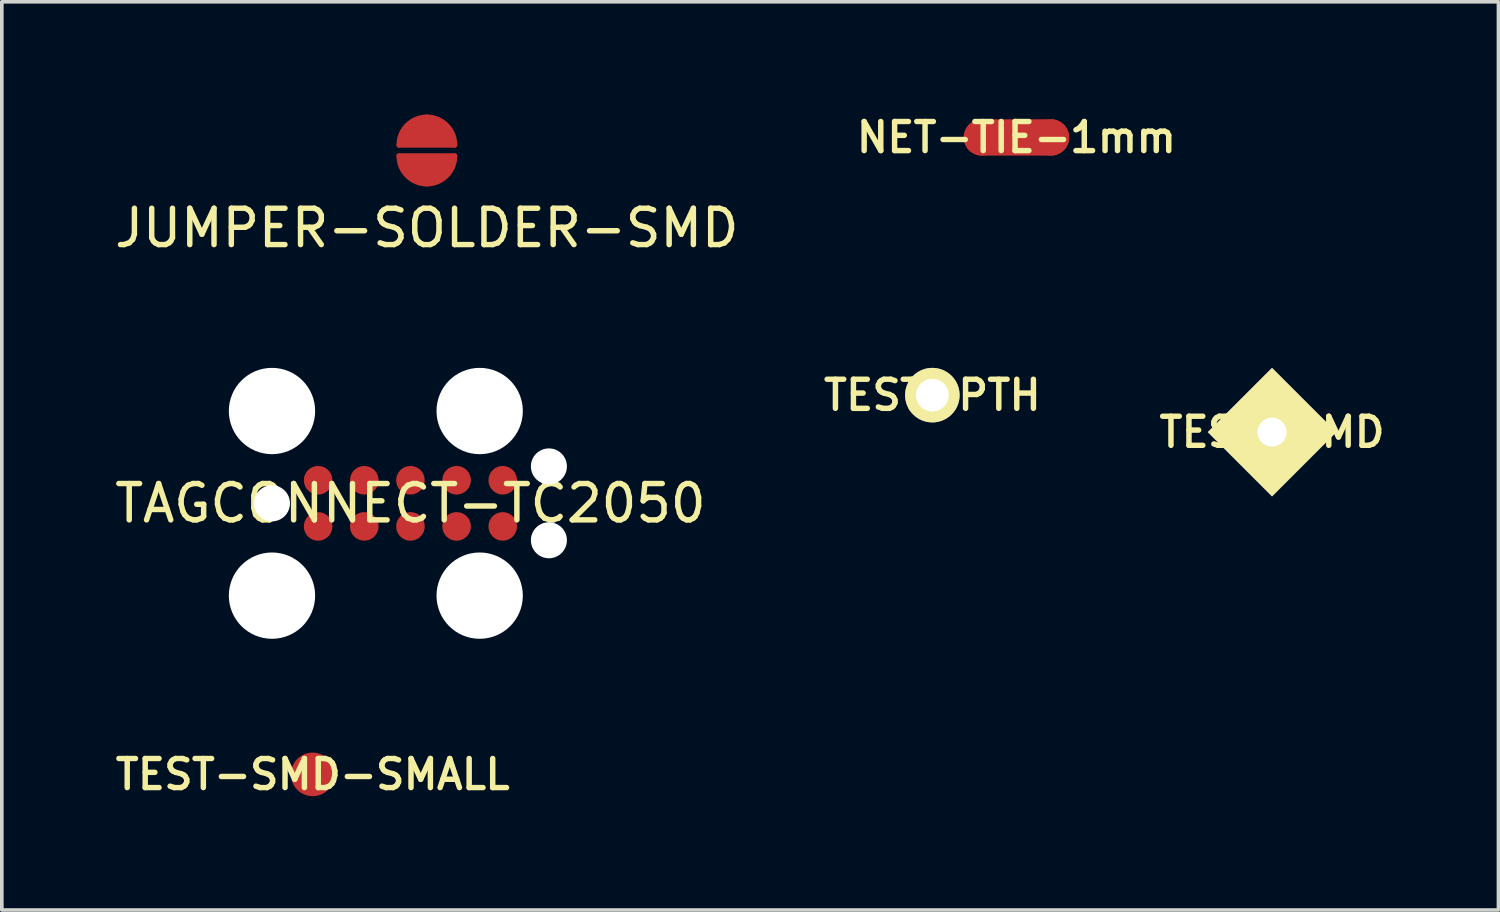
<source format=kicad_pcb>
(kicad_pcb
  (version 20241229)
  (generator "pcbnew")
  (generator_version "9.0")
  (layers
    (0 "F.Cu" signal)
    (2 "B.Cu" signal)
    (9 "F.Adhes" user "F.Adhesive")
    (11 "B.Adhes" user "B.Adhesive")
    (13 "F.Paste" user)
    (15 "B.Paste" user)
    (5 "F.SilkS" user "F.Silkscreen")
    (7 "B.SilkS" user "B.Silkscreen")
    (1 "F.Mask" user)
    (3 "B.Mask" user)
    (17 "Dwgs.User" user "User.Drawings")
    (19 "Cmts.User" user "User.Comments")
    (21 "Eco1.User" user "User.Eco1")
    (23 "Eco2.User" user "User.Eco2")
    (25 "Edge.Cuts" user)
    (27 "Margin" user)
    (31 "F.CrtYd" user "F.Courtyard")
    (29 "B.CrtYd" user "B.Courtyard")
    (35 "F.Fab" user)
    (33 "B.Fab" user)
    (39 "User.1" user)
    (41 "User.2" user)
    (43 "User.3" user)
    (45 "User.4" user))
  (footprint "TEST-SMD-SMALL"
    (layer "F.Cu")
    (at 5.555 18.259)
    (property "Reference" "TEST-SMD-SMALL" (at 0 0 0) (layer "F.SilkS") (effects (font (size 0.8 0.8) (thickness 0.15))))
    (attr through_hole)
    (pad "1" smd circle (at 0 0) (size 1.2 1.2) (layers "F.Cu" "F.Mask")))
  (footprint "JUMPER-SOLDER-SMD"
    (layer "F.Cu")
    (at 8.696 1.091)
    (property "Reference" "JUMPER-SOLDER-SMD" (at 0 2.134 0) (layer "F.SilkS") (effects (font (size 1 1) (thickness 0.15))))
    (attr through_hole)
    (fp_line (start -0.762 -0.152) (end 0.762 -0.152) (stroke (width 0.15) (type solid)) (layer "F.Cu"))
    (fp_line (start -0.762 0.152) (end 0.762 0.152) (stroke (width 0.15) (type solid)) (layer "F.Cu"))
    (fp_line (start -0.711 0.254) (end 0.66 0.254) (stroke (width 0.15) (type solid)) (layer "F.Cu"))
    (fp_line (start -0.66 -0.457) (end 0.61 -0.457) (stroke (width 0.15) (type solid)) (layer "F.Cu"))
    (fp_line (start -0.66 -0.356) (end -0.66 -0.457) (stroke (width 0.15) (type solid)) (layer "F.Cu"))
    (fp_line (start -0.66 -0.254) (end 0.66 -0.254) (stroke (width 0.15) (type solid)) (layer "F.Cu"))
    (fp_line (start -0.66 0.356) (end -0.66 0.457) (stroke (width 0.15) (type solid)) (layer "F.Cu"))
    (fp_line (start -0.66 0.457) (end 0.61 0.457) (stroke (width 0.15) (type solid)) (layer "F.Cu"))
    (fp_line (start -0.559 -0.559) (end -0.508 -0.66) (stroke (width 0.15) (type solid)) (layer "F.Cu"))
    (fp_line (start -0.508 -0.66) (end 0.457 -0.66) (stroke (width 0.15) (type solid)) (layer "F.Cu"))
    (fp_line (start -0.508 0.559) (end -0.508 0.66) (stroke (width 0.15) (type solid)) (layer "F.Cu"))
    (fp_line (start -0.508 0.66) (end 0.457 0.66) (stroke (width 0.15) (type solid)) (layer "F.Cu"))
    (fp_line (start -0.406 0.711) (end -0.406 0.762) (stroke (width 0.15) (type solid)) (layer "F.Cu"))
    (fp_line (start -0.406 0.762) (end 0.305 0.762) (stroke (width 0.15) (type solid)) (layer "F.Cu"))
    (fp_line (start -0.356 -0.762) (end -0.305 -0.813) (stroke (width 0.15) (type solid)) (layer "F.Cu"))
    (fp_line (start -0.305 -0.813) (end 0.254 -0.813) (stroke (width 0.15) (type solid)) (layer "F.Cu"))
    (fp_line (start 0.305 0.762) (end 0.305 0.813) (stroke (width 0.15) (type solid)) (layer "F.Cu"))
    (fp_line (start 0.305 0.813) (end -0.254 0.813) (stroke (width 0.15) (type solid)) (layer "F.Cu"))
    (fp_line (start 0.356 -0.762) (end -0.356 -0.762) (stroke (width 0.15) (type solid)) (layer "F.Cu"))
    (fp_line (start 0.457 -0.66) (end 0.356 -0.762) (stroke (width 0.15) (type solid)) (layer "F.Cu"))
    (fp_line (start 0.457 0.66) (end 0.457 0.711) (stroke (width 0.15) (type solid)) (layer "F.Cu"))
    (fp_line (start 0.457 0.711) (end -0.406 0.711) (stroke (width 0.15) (type solid)) (layer "F.Cu"))
    (fp_line (start 0.61 -0.559) (end -0.559 -0.559) (stroke (width 0.15) (type solid)) (layer "F.Cu"))
    (fp_line (start 0.61 -0.457) (end 0.61 -0.559) (stroke (width 0.15) (type solid)) (layer "F.Cu"))
    (fp_line (start 0.61 0.457) (end 0.61 0.508) (stroke (width 0.15) (type solid)) (layer "F.Cu"))
    (fp_line (start 0.61 0.457) (end 0.61 0.559) (stroke (width 0.15) (type solid)) (layer "F.Cu"))
    (fp_line (start 0.61 0.559) (end -0.508 0.559) (stroke (width 0.15) (type solid)) (layer "F.Cu"))
    (fp_line (start 0.66 -0.356) (end -0.66 -0.356) (stroke (width 0.15) (type solid)) (layer "F.Cu"))
    (fp_line (start 0.66 -0.254) (end 0.66 -0.356) (stroke (width 0.15) (type solid)) (layer "F.Cu"))
    (fp_line (start 0.66 0.254) (end 0.66 0.356) (stroke (width 0.15) (type solid)) (layer "F.Cu"))
    (fp_line (start 0.66 0.356) (end -0.66 0.356) (stroke (width 0.15) (type solid)) (layer "F.Cu"))
    (fp_arc (start -0.762 -0.1524) (mid -0.538815 -0.691215) (end 0 -0.9144) (stroke (width 0.15) (type solid)) (layer "F.Cu"))
    (fp_arc (start 0 -0.9144) (mid 0.538815 -0.691215) (end 0.762 -0.1524) (stroke (width 0.15) (type solid)) (layer "F.Cu"))
    (fp_arc (start 0 0.9144) (mid -0.538815 0.691215) (end -0.762 0.1524) (stroke (width 0.15) (type solid)) (layer "F.Cu"))
    (fp_arc (start 0.762 0.1524) (mid 0.538815 0.691215) (end 0 0.9144) (stroke (width 0.15) (type solid)) (layer "F.Cu"))
    (fp_line (start -0.889 -0.127) (end -0.889 0.127) (stroke (width 0.15) (type solid)) (layer "F.Mask"))
    (fp_line (start -0.889 0) (end 0.889 0) (stroke (width 0.15) (type solid)) (layer "F.Mask"))
    (fp_line (start -0.826 -0.381) (end 0.826 -0.381) (stroke (width 0.15) (type solid)) (layer "F.Mask"))
    (fp_line (start -0.826 0.254) (end 0.826 0.254) (stroke (width 0.15) (type solid)) (layer "F.Mask"))
    (fp_line (start -0.762 0.508) (end 0.762 0.508) (stroke (width 0.15) (type solid)) (layer "F.Mask"))
    (fp_line (start -0.699 -0.635) (end 0.699 -0.635) (stroke (width 0.15) (type solid)) (layer "F.Mask"))
    (fp_line (start -0.318 0.889) (end 0.381 0.889) (stroke (width 0.15) (type solid)) (layer "F.Mask"))
    (fp_line (start 0.381 -0.889) (end -0.381 -0.889) (stroke (width 0.15) (type solid)) (layer "F.Mask"))
    (fp_line (start 0.699 0.635) (end -0.699 0.635) (stroke (width 0.15) (type solid)) (layer "F.Mask"))
    (fp_line (start 0.762 -0.508) (end -0.762 -0.508) (stroke (width 0.15) (type solid)) (layer "F.Mask"))
    (fp_line (start 0.826 -0.254) (end -0.826 -0.254) (stroke (width 0.15) (type solid)) (layer "F.Mask"))
    (fp_line (start 0.826 0.381) (end -0.826 0.381) (stroke (width 0.15) (type solid)) (layer "F.Mask"))
    (fp_line (start 0.889 -0.127) (end -0.889 -0.127) (stroke (width 0.15) (type solid)) (layer "F.Mask"))
    (fp_line (start 0.889 -0.127) (end 0.889 0.127) (stroke (width 0.15) (type solid)) (layer "F.Mask"))
    (fp_line (start 0.889 0.127) (end -0.889 0.127) (stroke (width 0.15) (type solid)) (layer "F.Mask"))
    (fp_arc (start -0.889 -0.127) (mid -0.628618 -0.755618) (end 0 -1.016) (stroke (width 0.15) (type solid)) (layer "F.Mask"))
    (fp_arc (start 0 -1.016) (mid 0.628618 -0.755618) (end 0.889 -0.127) (stroke (width 0.15) (type solid)) (layer "F.Mask"))
    (fp_arc (start 0 1.016) (mid -0.628618 0.755618) (end -0.889 0.127) (stroke (width 0.15) (type solid)) (layer "F.Mask"))
    (fp_arc (start 0.889 0.127) (mid 0.628618 0.755618) (end 0 1.016) (stroke (width 0.15) (type solid)) (layer "F.Mask"))
    (pad "1" smd trapezoid (at 0 0.5 270) (size 0.6 1) (rect_delta 0.1 0) (layers "F.Cu" "F.Mask"))
    (pad "2" smd trapezoid (at 0 -0.5 90) (size 0.6 1) (rect_delta 0.1 0) (layers "F.Cu" "F.Mask")))
  (footprint "TEST-SMD"
    (layer "F.Cu")
    (at 31.952 8.841)
    (property "Reference" "TEST-SMD" (at 0 0 0) (layer "F.SilkS") (effects (font (size 0.8 0.8) (thickness 0.15))))
    (attr through_hole)
    (pad "1" thru_hole rect (at 0 0 45) (size 2.5 2.5) (drill 0.8) (layers "*.Cu" "*.Mask" "F.SilkS")))
  (footprint "NET-TIE-1mm"
    (layer "F.Cu")
    (at 24.919 0.731)
    (property "Reference" "NET-TIE-1mm" (at 0 0 0) (layer "F.SilkS") (effects (font (size 0.8 0.8) (thickness 0.15))))
    (attr through_hole)
    (fp_line (start -0.95 0) (end 0.95 0) (stroke (width 1) (type solid)) (layer "F.Cu"))
    (pad "1" smd circle (at -0.95 0) (size 1 1) (layers "F.Cu"))
    (pad "2" smd circle (at 0.95 0) (size 1 1) (layers "F.Cu")))
  (footprint "TEST-PTH"
    (layer "F.Cu")
    (at 22.605 7.823)
    (property "Reference" "TEST-PTH" (at 0 0 0) (layer "F.SilkS") (effects (font (size 0.8 0.8) (thickness 0.15))))
    (attr through_hole)
    (pad "1" thru_hole circle (at 0 0) (size 1.5 1.5) (drill 0.9) (layers "*.Cu" "*.Mask" "F.SilkS")))
  (footprint "TAGCONNECT-TC2050"
    (layer "F.Cu")
    (at 8.244 10.8)
    (property "Reference" "TAGCONNECT-TC2050" (at 0 0 0) (layer "F.SilkS") (effects (font (size 1 1) (thickness 0.15))))
    (attr through_hole)
    (pad "" np_thru_hole circle (at -3.81 -2.54) (size 2.375 2.375) (drill 2.375) (layers "*.Cu" "*.Mask"))
    (pad "" np_thru_hole circle (at -3.81 0) (size 0.991 0.991) (drill 0.991) (layers "*.Cu" "*.Mask"))
    (pad "" np_thru_hole circle (at -3.81 2.54) (size 2.375 2.375) (drill 2.375) (layers "*.Cu" "*.Mask"))
    (pad "" np_thru_hole circle (at 1.905 -2.54) (size 2.375 2.375) (drill 2.375) (layers "*.Cu" "*.Mask"))
    (pad "" np_thru_hole circle (at 1.905 2.54) (size 2.375 2.375) (drill 2.375) (layers "*.Cu" "*.Mask"))
    (pad "" np_thru_hole circle (at 3.81 -1.016) (size 0.991 0.991) (drill 0.991) (layers "*.Cu" "*.Mask"))
    (pad "" np_thru_hole circle (at 3.81 1.016) (size 0.991 0.991) (drill 0.991) (layers "*.Cu" "*.Mask"))
    (pad "1" smd circle (at -2.54 0.635) (size 0.787 0.787) (layers "F.Cu" "F.Mask"))
    (pad "2" smd circle (at -1.27 0.635) (size 0.787 0.787) (layers "F.Cu" "F.Mask"))
    (pad "3" smd circle (at 0 0.635) (size 0.787 0.787) (layers "F.Cu" "F.Mask"))
    (pad "4" smd circle (at 1.27 0.635) (size 0.787 0.787) (layers "F.Cu" "F.Mask"))
    (pad "5" smd circle (at 2.54 0.635) (size 0.787 0.787) (layers "F.Cu" "F.Mask"))
    (pad "6" smd circle (at 2.54 -0.635) (size 0.787 0.787) (layers "F.Cu" "F.Mask"))
    (pad "7" smd circle (at 1.27 -0.635) (size 0.787 0.787) (layers "F.Cu" "F.Mask"))
    (pad "8" smd circle (at 0 -0.635) (size 0.787 0.787) (layers "F.Cu" "F.Mask"))
    (pad "9" smd circle (at -1.27 -0.635) (size 0.787 0.787) (layers "F.Cu" "F.Mask"))
    (pad "10" smd circle (at -2.54 -0.635) (size 0.787 0.787) (layers "F.Cu" "F.Mask")))
  (gr_rect
    (start -3 -3)
    (end 38.182 21.99)
    (stroke (width 0.1) (type default))
    (fill no)
    (layer "Edge.Cuts")))
</source>
